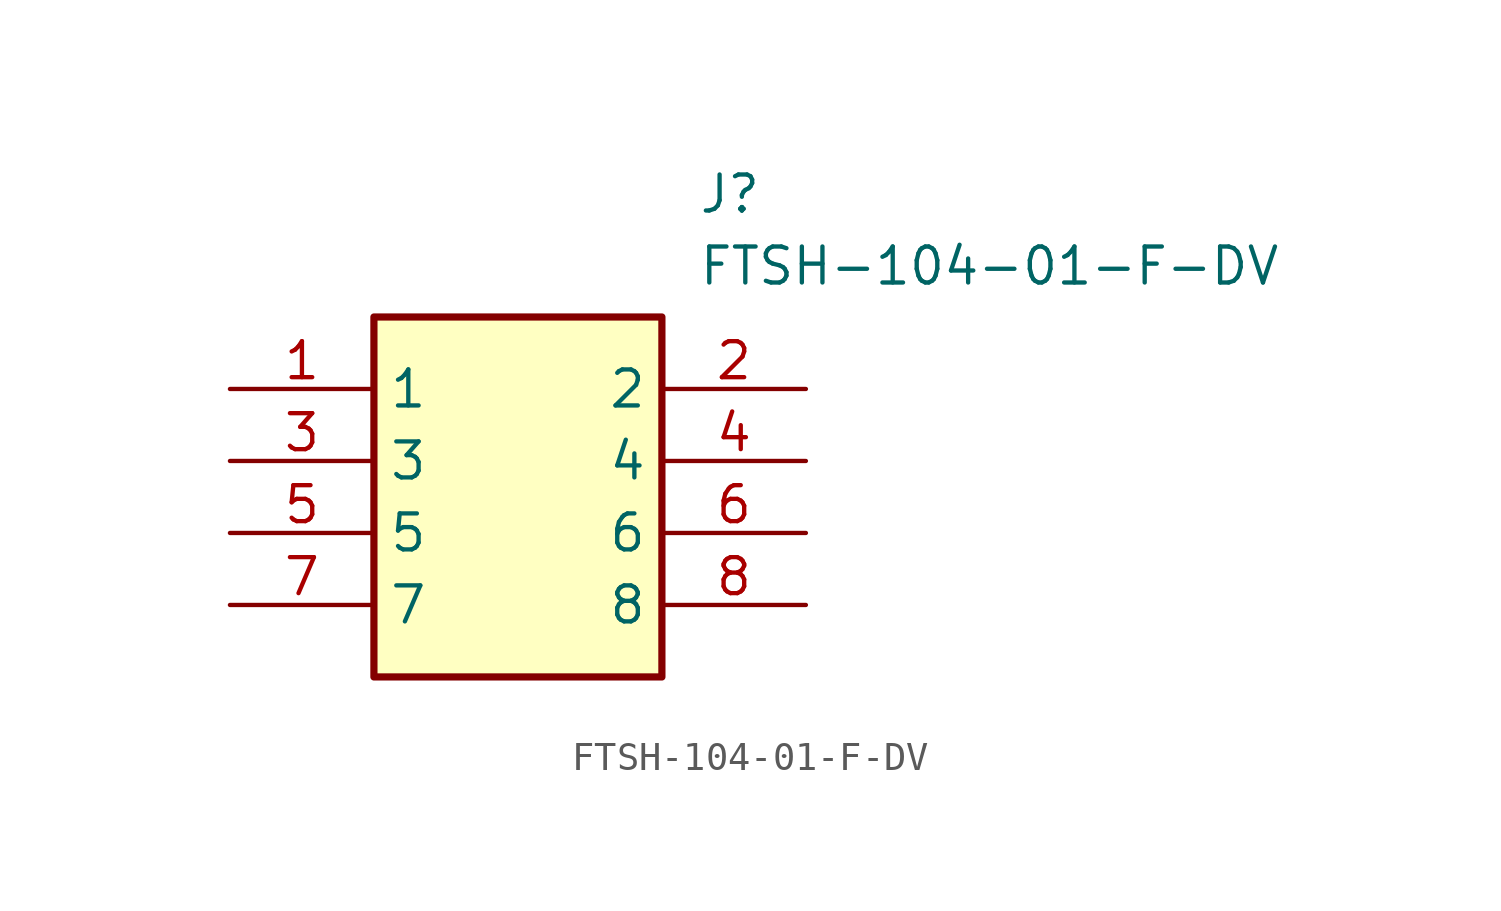
<source format=kicad_sym>
(kicad_symbol_lib
  (version 20220914)
  (generator kicad_symbol_editor)
  (symbol "FTSH-104-01-F-DV"
    (property "Reference" "J"
      (at 16.51 7.62 0)
      (effects (font (size 1.27 1.27)) (justify left top)))
    (property "Value" "FTSH-104-01-F-DV"
      (at 16.51 5.08 0)
      (effects (font (size 1.27 1.27)) (justify left top)))
    (symbol "FTSH-104-01-F-DV_1_1"
      (rectangle (start 5.08 2.54) (end 15.24 -10.16) (stroke (width 0.254) (type default)) (fill (type background)))
      (pin passive line (at 0 0 0) (length 5.08) (name "1" (effects (font (size 1.27 1.27)))) (number "1" (effects (font (size 1.27 1.27)))))
      (pin passive line (at 20.32 0 180) (length 5.08) (name "2" (effects (font (size 1.27 1.27)))) (number "2" (effects (font (size 1.27 1.27)))))
      (pin passive line (at 0 -2.54 0) (length 5.08) (name "3" (effects (font (size 1.27 1.27)))) (number "3" (effects (font (size 1.27 1.27)))))
      (pin passive line (at 20.32 -2.54 180) (length 5.08) (name "4" (effects (font (size 1.27 1.27)))) (number "4" (effects (font (size 1.27 1.27)))))
      (pin passive line (at 0 -5.08 0) (length 5.08) (name "5" (effects (font (size 1.27 1.27)))) (number "5" (effects (font (size 1.27 1.27)))))
      (pin passive line (at 20.32 -5.08 180) (length 5.08) (name "6" (effects (font (size 1.27 1.27)))) (number "6" (effects (font (size 1.27 1.27)))))
      (pin passive line (at 0 -7.62 0) (length 5.08) (name "7" (effects (font (size 1.27 1.27)))) (number "7" (effects (font (size 1.27 1.27)))))
      (pin passive line (at 20.32 -7.62 180) (length 5.08) (name "8" (effects (font (size 1.27 1.27)))) (number "8" (effects (font (size 1.27 1.27))))))))
</source>
